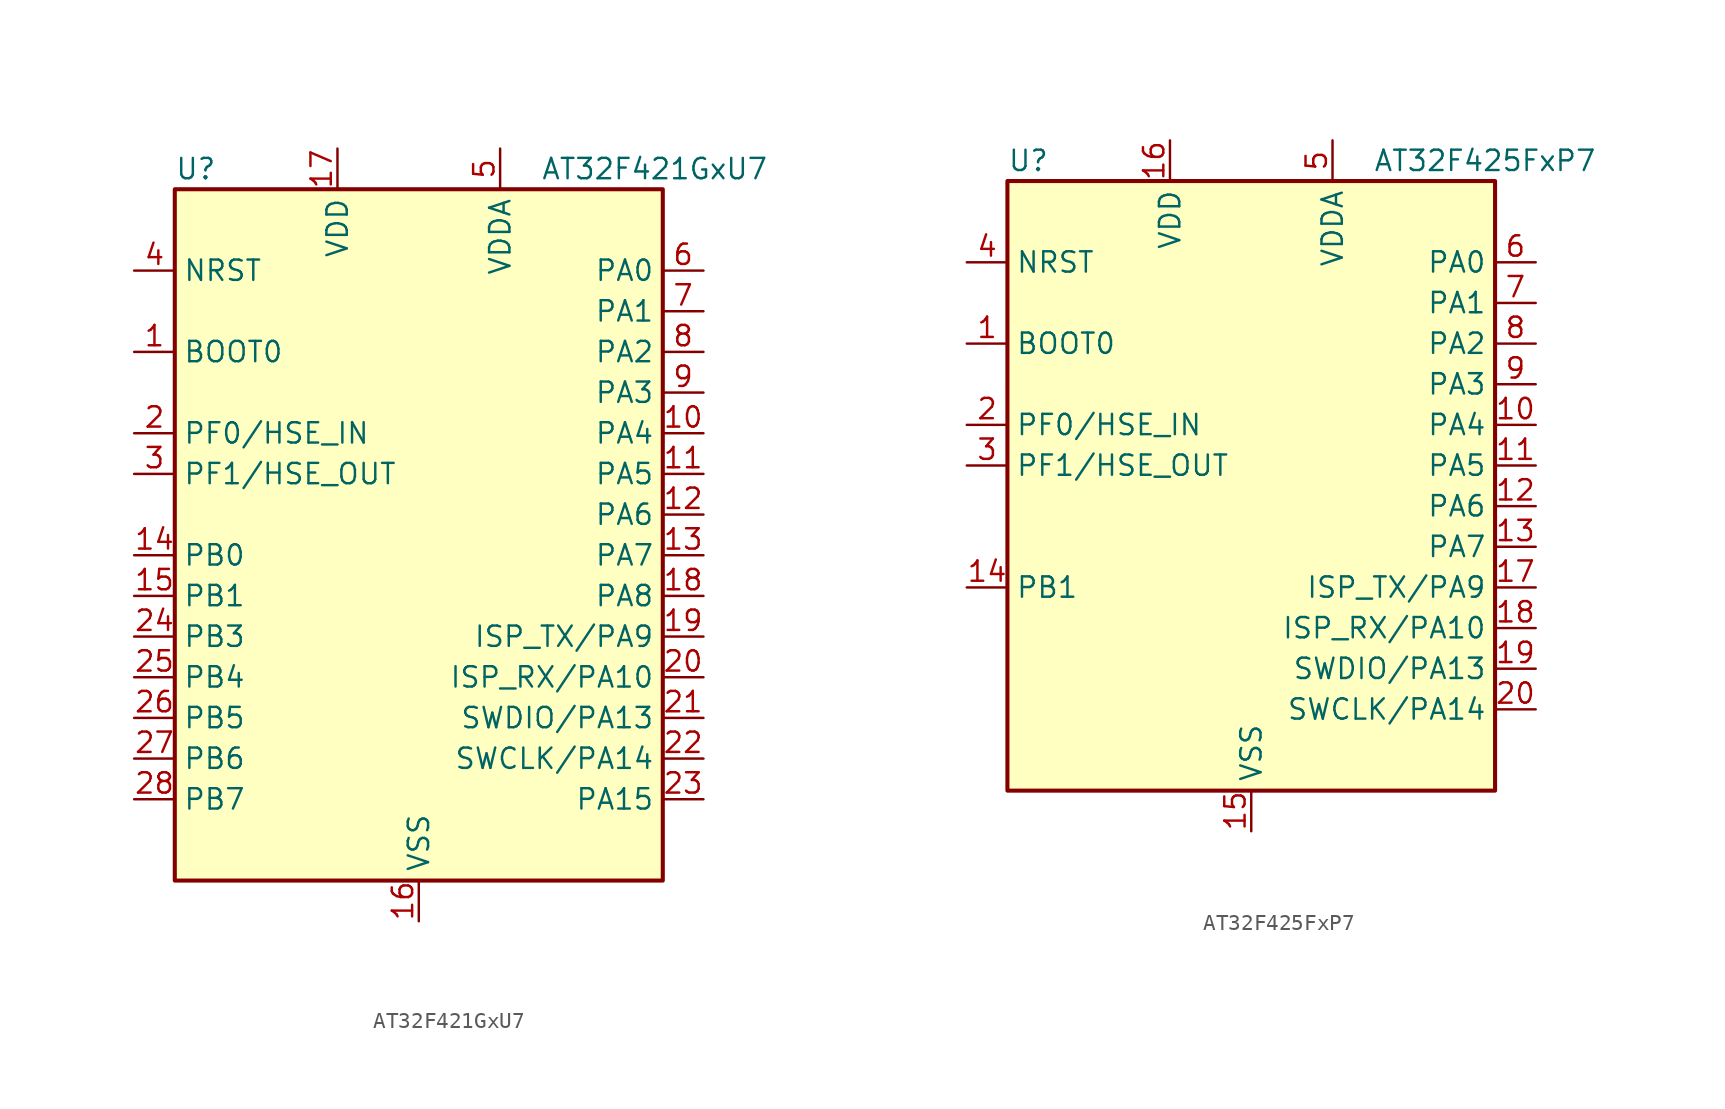
<source format=kicad_sym>
(kicad_symbol_lib
  (version 20241209)
  (generator "kicad_symbol_editor")
  (generator_version "9.0")
  (symbol "AT32F421GxU7"
    (property "Reference" "U"
      (at -15.24 21.59 0)
      (effects (font (size 1.27 1.27)) (justify left)))
    (property "Value" "AT32F421GxU7"
      (at 7.62 21.59 0)
      (effects (font (size 1.27 1.27)) (justify left)))
    (symbol "AT32F421GxU7_0_1"
      (rectangle (start -15.24 20.32) (end 15.24 -22.86) (stroke (width 0.254) (type default)) (fill (type background))))
    (symbol "AT32F421GxU7_1_1"
      (pin input line (at -17.78 15.24 0) (length 2.54) (name "NRST" (effects (font (size 1.27 1.27)))) (number "4" (effects (font (size 1.27 1.27)))))
      (pin input line (at -17.78 10.16 0) (length 2.54) (name "BOOT0" (effects (font (size 1.27 1.27)))) (number "1" (effects (font (size 1.27 1.27)))))
      (pin bidirectional line (at -17.78 5.08 0) (length 2.54) (name "PF0/HSE_IN" (effects (font (size 1.27 1.27)))) (number "2" (effects (font (size 1.27 1.27)))) (alternate "RCC_OSC_IN" bidirectional line))
      (pin bidirectional line (at -17.78 2.54 0) (length 2.54) (name "PF1/HSE_OUT" (effects (font (size 1.27 1.27)))) (number "3" (effects (font (size 1.27 1.27)))) (alternate "RCC_OSC_OUT" bidirectional line))
      (pin bidirectional line (at -17.78 -2.54 0) (length 2.54) (name "PB0" (effects (font (size 1.27 1.27)))) (number "14" (effects (font (size 1.27 1.27)))) (alternate "ADC1_IN8" bidirectional line) (alternate "ADC2_IN8" bidirectional line) (alternate "TIM1_CH2N" bidirectional line) (alternate "TIM3_CH3" bidirectional line))
      (pin bidirectional line (at -17.78 -5.08 0) (length 2.54) (name "PB1" (effects (font (size 1.27 1.27)))) (number "15" (effects (font (size 1.27 1.27)))) (alternate "ADC1_IN9" bidirectional line) (alternate "ADC2_IN9" bidirectional line) (alternate "TIM1_CH3N" bidirectional line) (alternate "TIM3_CH4" bidirectional line))
      (pin bidirectional line (at -17.78 -7.62 0) (length 2.54) (name "PB3" (effects (font (size 1.27 1.27)))) (number "24" (effects (font (size 1.27 1.27)))) (alternate "SPI1_SCK" bidirectional line) (alternate "SYS_JTDO-TRACESWO" bidirectional line) (alternate "TIM2_CH2" bidirectional line))
      (pin bidirectional line (at -17.78 -10.16 0) (length 2.54) (name "PB4" (effects (font (size 1.27 1.27)))) (number "25" (effects (font (size 1.27 1.27)))) (alternate "SPI1_MISO" bidirectional line) (alternate "SYS_NJTRST" bidirectional line) (alternate "TIM3_CH1" bidirectional line))
      (pin bidirectional line (at -17.78 -12.7 0) (length 2.54) (name "PB5" (effects (font (size 1.27 1.27)))) (number "26" (effects (font (size 1.27 1.27)))) (alternate "I2C1_SMBA" bidirectional line) (alternate "SPI1_MOSI" bidirectional line) (alternate "TIM3_CH2" bidirectional line))
      (pin bidirectional line (at -17.78 -15.24 0) (length 2.54) (name "PB6" (effects (font (size 1.27 1.27)))) (number "27" (effects (font (size 1.27 1.27)))) (alternate "I2C1_SCL" bidirectional line) (alternate "TIM4_CH1" bidirectional line) (alternate "USART1_TX" bidirectional line))
      (pin bidirectional line (at -17.78 -17.78 0) (length 2.54) (name "PB7" (effects (font (size 1.27 1.27)))) (number "28" (effects (font (size 1.27 1.27)))) (alternate "I2C1_SDA" bidirectional line) (alternate "TIM4_CH2" bidirectional line) (alternate "USART1_RX" bidirectional line))
      (pin power_in line (at -5.08 22.86 270) (length 2.54) (name "VDD" (effects (font (size 1.27 1.27)))) (number "17" (effects (font (size 1.27 1.27)))))
      (pin power_in line (at 0 -25.4 90) (length 2.54) (name "VSS" (effects (font (size 1.27 1.27)))) (number "16" (effects (font (size 1.27 1.27)))))
      (pin passive line (at 0 -25.4 90) (length 2.54) (hide yes) (name "VSS" (effects (font (size 1.27 1.27)))) (number "29" (effects (font (size 1.27 1.27)))))
      (pin power_in line (at 5.08 22.86 270) (length 2.54) (name "VDDA" (effects (font (size 1.27 1.27)))) (number "5" (effects (font (size 1.27 1.27)))))
      (pin bidirectional line (at 17.78 15.24 180) (length 2.54) (name "PA0" (effects (font (size 1.27 1.27)))) (number "6" (effects (font (size 1.27 1.27)))) (alternate "ADC1_IN0" bidirectional line) (alternate "ADC2_IN0" bidirectional line) (alternate "SYS_WKUP" bidirectional line) (alternate "TIM2_CH1" bidirectional line) (alternate "TIM2_ETR" bidirectional line) (alternate "USART2_CTS" bidirectional line))
      (pin bidirectional line (at 17.78 12.7 180) (length 2.54) (name "PA1" (effects (font (size 1.27 1.27)))) (number "7" (effects (font (size 1.27 1.27)))) (alternate "ADC1_IN1" bidirectional line) (alternate "ADC2_IN1" bidirectional line) (alternate "TIM2_CH2" bidirectional line) (alternate "USART2_RTS" bidirectional line))
      (pin bidirectional line (at 17.78 10.16 180) (length 2.54) (name "PA2" (effects (font (size 1.27 1.27)))) (number "8" (effects (font (size 1.27 1.27)))) (alternate "ADC1_IN2" bidirectional line) (alternate "ADC2_IN2" bidirectional line) (alternate "TIM2_CH3" bidirectional line) (alternate "USART2_TX" bidirectional line))
      (pin bidirectional line (at 17.78 7.62 180) (length 2.54) (name "PA3" (effects (font (size 1.27 1.27)))) (number "9" (effects (font (size 1.27 1.27)))) (alternate "ADC1_IN3" bidirectional line) (alternate "ADC2_IN3" bidirectional line) (alternate "TIM2_CH4" bidirectional line) (alternate "USART2_RX" bidirectional line))
      (pin bidirectional line (at 17.78 5.08 180) (length 2.54) (name "PA4" (effects (font (size 1.27 1.27)))) (number "10" (effects (font (size 1.27 1.27)))) (alternate "ADC1_IN4" bidirectional line) (alternate "ADC2_IN4" bidirectional line) (alternate "SPI1_NSS" bidirectional line) (alternate "USART2_CK" bidirectional line))
      (pin bidirectional line (at 17.78 2.54 180) (length 2.54) (name "PA5" (effects (font (size 1.27 1.27)))) (number "11" (effects (font (size 1.27 1.27)))) (alternate "ADC1_IN5" bidirectional line) (alternate "ADC2_IN5" bidirectional line) (alternate "SPI1_SCK" bidirectional line))
      (pin bidirectional line (at 17.78 0 180) (length 2.54) (name "PA6" (effects (font (size 1.27 1.27)))) (number "12" (effects (font (size 1.27 1.27)))) (alternate "ADC1_IN6" bidirectional line) (alternate "ADC2_IN6" bidirectional line) (alternate "SPI1_MISO" bidirectional line) (alternate "TIM1_BKIN" bidirectional line) (alternate "TIM3_CH1" bidirectional line))
      (pin bidirectional line (at 17.78 -2.54 180) (length 2.54) (name "PA7" (effects (font (size 1.27 1.27)))) (number "13" (effects (font (size 1.27 1.27)))) (alternate "ADC1_IN7" bidirectional line) (alternate "ADC2_IN7" bidirectional line) (alternate "SPI1_MOSI" bidirectional line) (alternate "TIM1_CH1N" bidirectional line) (alternate "TIM3_CH2" bidirectional line))
      (pin bidirectional line (at 17.78 -5.08 180) (length 2.54) (name "PA8" (effects (font (size 1.27 1.27)))) (number "18" (effects (font (size 1.27 1.27)))) (alternate "RCC_MCO" bidirectional line) (alternate "TIM1_CH1" bidirectional line) (alternate "USART1_CK" bidirectional line))
      (pin bidirectional line (at 17.78 -7.62 180) (length 2.54) (name "ISP_TX/PA9" (effects (font (size 1.27 1.27)))) (number "19" (effects (font (size 1.27 1.27)))) (alternate "TIM1_CH2" bidirectional line) (alternate "USART1_TX" bidirectional line))
      (pin bidirectional line (at 17.78 -10.16 180) (length 2.54) (name "ISP_RX/PA10" (effects (font (size 1.27 1.27)))) (number "20" (effects (font (size 1.27 1.27)))) (alternate "TIM1_CH3" bidirectional line) (alternate "USART1_RX" bidirectional line))
      (pin bidirectional line (at 17.78 -12.7 180) (length 2.54) (name "SWDIO/PA13" (effects (font (size 1.27 1.27)))) (number "21" (effects (font (size 1.27 1.27)))) (alternate "SYS_JTMS-SWDIO" bidirectional line))
      (pin bidirectional line (at 17.78 -15.24 180) (length 2.54) (name "SWCLK/PA14" (effects (font (size 1.27 1.27)))) (number "22" (effects (font (size 1.27 1.27)))) (alternate "SYS_JTCK-SWCLK" bidirectional line))
      (pin bidirectional line (at 17.78 -17.78 180) (length 2.54) (name "PA15" (effects (font (size 1.27 1.27)))) (number "23" (effects (font (size 1.27 1.27)))) (alternate "ADC1_EXTI15" bidirectional line) (alternate "ADC2_EXTI15" bidirectional line) (alternate "SPI1_NSS" bidirectional line) (alternate "SYS_JTDI" bidirectional line) (alternate "TIM2_CH1" bidirectional line) (alternate "TIM2_ETR" bidirectional line))))
  (symbol "AT32F425FxP7"
    (property "Reference" "U"
      (at -15.24 21.59 0)
      (effects (font (size 1.27 1.27)) (justify left)))
    (property "Value" "AT32F425FxP7"
      (at 7.62 21.59 0)
      (effects (font (size 1.27 1.27)) (justify left)))
    (symbol "AT32F425FxP7_0_1"
      (rectangle (start -15.24 20.32) (end 15.24 -17.78) (stroke (width 0.254) (type default)) (fill (type background))))
    (symbol "AT32F425FxP7_1_1"
      (pin input line (at -17.78 15.24 0) (length 2.54) (name "NRST" (effects (font (size 1.27 1.27)))) (number "4" (effects (font (size 1.27 1.27)))))
      (pin input line (at -17.78 10.16 0) (length 2.54) (name "BOOT0" (effects (font (size 1.27 1.27)))) (number "1" (effects (font (size 1.27 1.27)))))
      (pin bidirectional line (at -17.78 5.08 0) (length 2.54) (name "PF0/HSE_IN" (effects (font (size 1.27 1.27)))) (number "2" (effects (font (size 1.27 1.27)))) (alternate "RCC_OSC_IN" bidirectional line))
      (pin bidirectional line (at -17.78 2.54 0) (length 2.54) (name "PF1/HSE_OUT" (effects (font (size 1.27 1.27)))) (number "3" (effects (font (size 1.27 1.27)))) (alternate "RCC_OSC_OUT" bidirectional line))
      (pin bidirectional line (at -17.78 -5.08 0) (length 2.54) (name "PB1" (effects (font (size 1.27 1.27)))) (number "14" (effects (font (size 1.27 1.27)))) (alternate "ADC1_IN9" bidirectional line) (alternate "ADC2_IN9" bidirectional line) (alternate "TIM1_CH3N" bidirectional line) (alternate "TIM3_CH4" bidirectional line))
      (pin power_in line (at -5.08 22.86 270) (length 2.54) (name "VDD" (effects (font (size 1.27 1.27)))) (number "16" (effects (font (size 1.27 1.27)))))
      (pin power_in line (at 0 -20.32 90) (length 2.54) (name "VSS" (effects (font (size 1.27 1.27)))) (number "15" (effects (font (size 1.27 1.27)))))
      (pin power_in line (at 5.08 22.86 270) (length 2.54) (name "VDDA" (effects (font (size 1.27 1.27)))) (number "5" (effects (font (size 1.27 1.27)))))
      (pin bidirectional line (at 17.78 15.24 180) (length 2.54) (name "PA0" (effects (font (size 1.27 1.27)))) (number "6" (effects (font (size 1.27 1.27)))) (alternate "ADC1_IN0" bidirectional line) (alternate "ADC2_IN0" bidirectional line) (alternate "SYS_WKUP" bidirectional line) (alternate "TIM2_CH1" bidirectional line) (alternate "TIM2_ETR" bidirectional line) (alternate "USART2_CTS" bidirectional line))
      (pin bidirectional line (at 17.78 12.7 180) (length 2.54) (name "PA1" (effects (font (size 1.27 1.27)))) (number "7" (effects (font (size 1.27 1.27)))) (alternate "ADC1_IN1" bidirectional line) (alternate "ADC2_IN1" bidirectional line) (alternate "TIM2_CH2" bidirectional line) (alternate "USART2_RTS" bidirectional line))
      (pin bidirectional line (at 17.78 10.16 180) (length 2.54) (name "PA2" (effects (font (size 1.27 1.27)))) (number "8" (effects (font (size 1.27 1.27)))) (alternate "ADC1_IN2" bidirectional line) (alternate "ADC2_IN2" bidirectional line) (alternate "TIM2_CH3" bidirectional line) (alternate "USART2_TX" bidirectional line))
      (pin bidirectional line (at 17.78 7.62 180) (length 2.54) (name "PA3" (effects (font (size 1.27 1.27)))) (number "9" (effects (font (size 1.27 1.27)))) (alternate "ADC1_IN3" bidirectional line) (alternate "ADC2_IN3" bidirectional line) (alternate "TIM2_CH4" bidirectional line) (alternate "USART2_RX" bidirectional line))
      (pin bidirectional line (at 17.78 5.08 180) (length 2.54) (name "PA4" (effects (font (size 1.27 1.27)))) (number "10" (effects (font (size 1.27 1.27)))) (alternate "ADC1_IN4" bidirectional line) (alternate "ADC2_IN4" bidirectional line) (alternate "SPI1_NSS" bidirectional line) (alternate "USART2_CK" bidirectional line))
      (pin bidirectional line (at 17.78 2.54 180) (length 2.54) (name "PA5" (effects (font (size 1.27 1.27)))) (number "11" (effects (font (size 1.27 1.27)))) (alternate "ADC1_IN5" bidirectional line) (alternate "ADC2_IN5" bidirectional line) (alternate "SPI1_SCK" bidirectional line))
      (pin bidirectional line (at 17.78 0 180) (length 2.54) (name "PA6" (effects (font (size 1.27 1.27)))) (number "12" (effects (font (size 1.27 1.27)))) (alternate "ADC1_IN6" bidirectional line) (alternate "ADC2_IN6" bidirectional line) (alternate "SPI1_MISO" bidirectional line) (alternate "TIM1_BKIN" bidirectional line) (alternate "TIM3_CH1" bidirectional line))
      (pin bidirectional line (at 17.78 -2.54 180) (length 2.54) (name "PA7" (effects (font (size 1.27 1.27)))) (number "13" (effects (font (size 1.27 1.27)))) (alternate "ADC1_IN7" bidirectional line) (alternate "ADC2_IN7" bidirectional line) (alternate "SPI1_MOSI" bidirectional line) (alternate "TIM1_CH1N" bidirectional line) (alternate "TIM3_CH2" bidirectional line))
      (pin bidirectional line (at 17.78 -5.08 180) (length 2.54) (name "ISP_TX/PA9" (effects (font (size 1.27 1.27)))) (number "17" (effects (font (size 1.27 1.27)))) (alternate "TIM1_CH2" bidirectional line) (alternate "USART1_TX" bidirectional line))
      (pin bidirectional line (at 17.78 -7.62 180) (length 2.54) (name "ISP_RX/PA10" (effects (font (size 1.27 1.27)))) (number "18" (effects (font (size 1.27 1.27)))) (alternate "TIM1_CH3" bidirectional line) (alternate "USART1_RX" bidirectional line))
      (pin bidirectional line (at 17.78 -10.16 180) (length 2.54) (name "SWDIO/PA13" (effects (font (size 1.27 1.27)))) (number "19" (effects (font (size 1.27 1.27)))) (alternate "SYS_JTMS-SWDIO" bidirectional line))
      (pin bidirectional line (at 17.78 -12.7 180) (length 2.54) (name "SWCLK/PA14" (effects (font (size 1.27 1.27)))) (number "20" (effects (font (size 1.27 1.27)))) (alternate "SYS_JTCK-SWCLK" bidirectional line)))))
</source>
